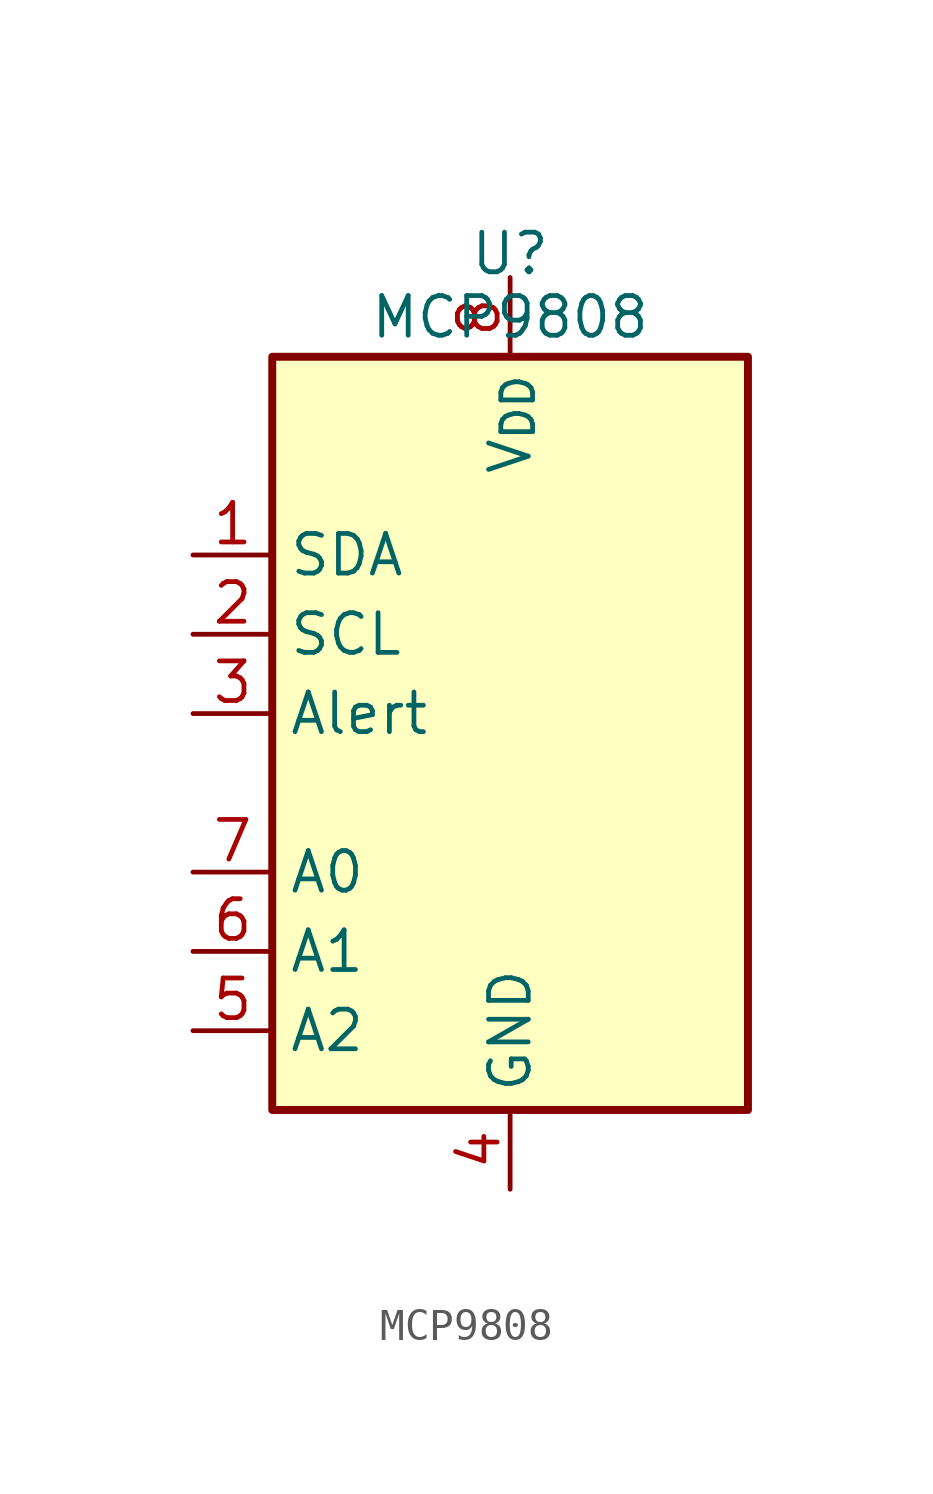
<source format=kicad_sym>
(kicad_symbol_lib
  (version 20231120)
  (generator "kicad_symbol_editor")
  (generator_version "8.0")
  (symbol "MCP9808"
    (property "Reference" "U"
      (at 0 2.032 0)
      (effects (font (size 1.27 1.27))))
    (property "Value" "MCP9808"
      (at 0 0 0)
      (effects (font (size 1.27 1.27))))
    (symbol "MCP9808_0_1"
      (rectangle (start -7.62 -1.27) (end 7.62 -25.4) (stroke (width 0.254) (type default)) (fill (type background))))
    (symbol "MCP9808_1_1"
      (pin bidirectional line (at -10.16 -7.62 0) (length 2.54) (name "SDA" (effects (font (size 1.27 1.27)))) (number "1" (effects (font (size 1.27 1.27)))))
      (pin input line (at -10.16 -10.16 0) (length 2.54) (name "SCL" (effects (font (size 1.27 1.27)))) (number "2" (effects (font (size 1.27 1.27)))))
      (pin output line (at -10.16 -12.7 0) (length 2.54) (name "Alert" (effects (font (size 1.27 1.27)))) (number "3" (effects (font (size 1.27 1.27)))))
      (pin power_in line (at 0 -27.94 90) (length 2.54) (name "GND" (effects (font (size 1.27 1.27)))) (number "4" (effects (font (size 1.27 1.27)))))
      (pin input line (at -10.16 -22.86 0) (length 2.54) (name "A2" (effects (font (size 1.27 1.27)))) (number "5" (effects (font (size 1.27 1.27)))))
      (pin input line (at -10.16 -20.32 0) (length 2.54) (name "A1" (effects (font (size 1.27 1.27)))) (number "6" (effects (font (size 1.27 1.27)))))
      (pin input line (at -10.16 -17.78 0) (length 2.54) (name "A0" (effects (font (size 1.27 1.27)))) (number "7" (effects (font (size 1.27 1.27)))))
      (pin power_in line (at 0 1.27 270) (length 2.54) (name "V_{DD}" (effects (font (size 1.27 1.27)))) (number "8" (effects (font (size 1.27 1.27))))))))
</source>
